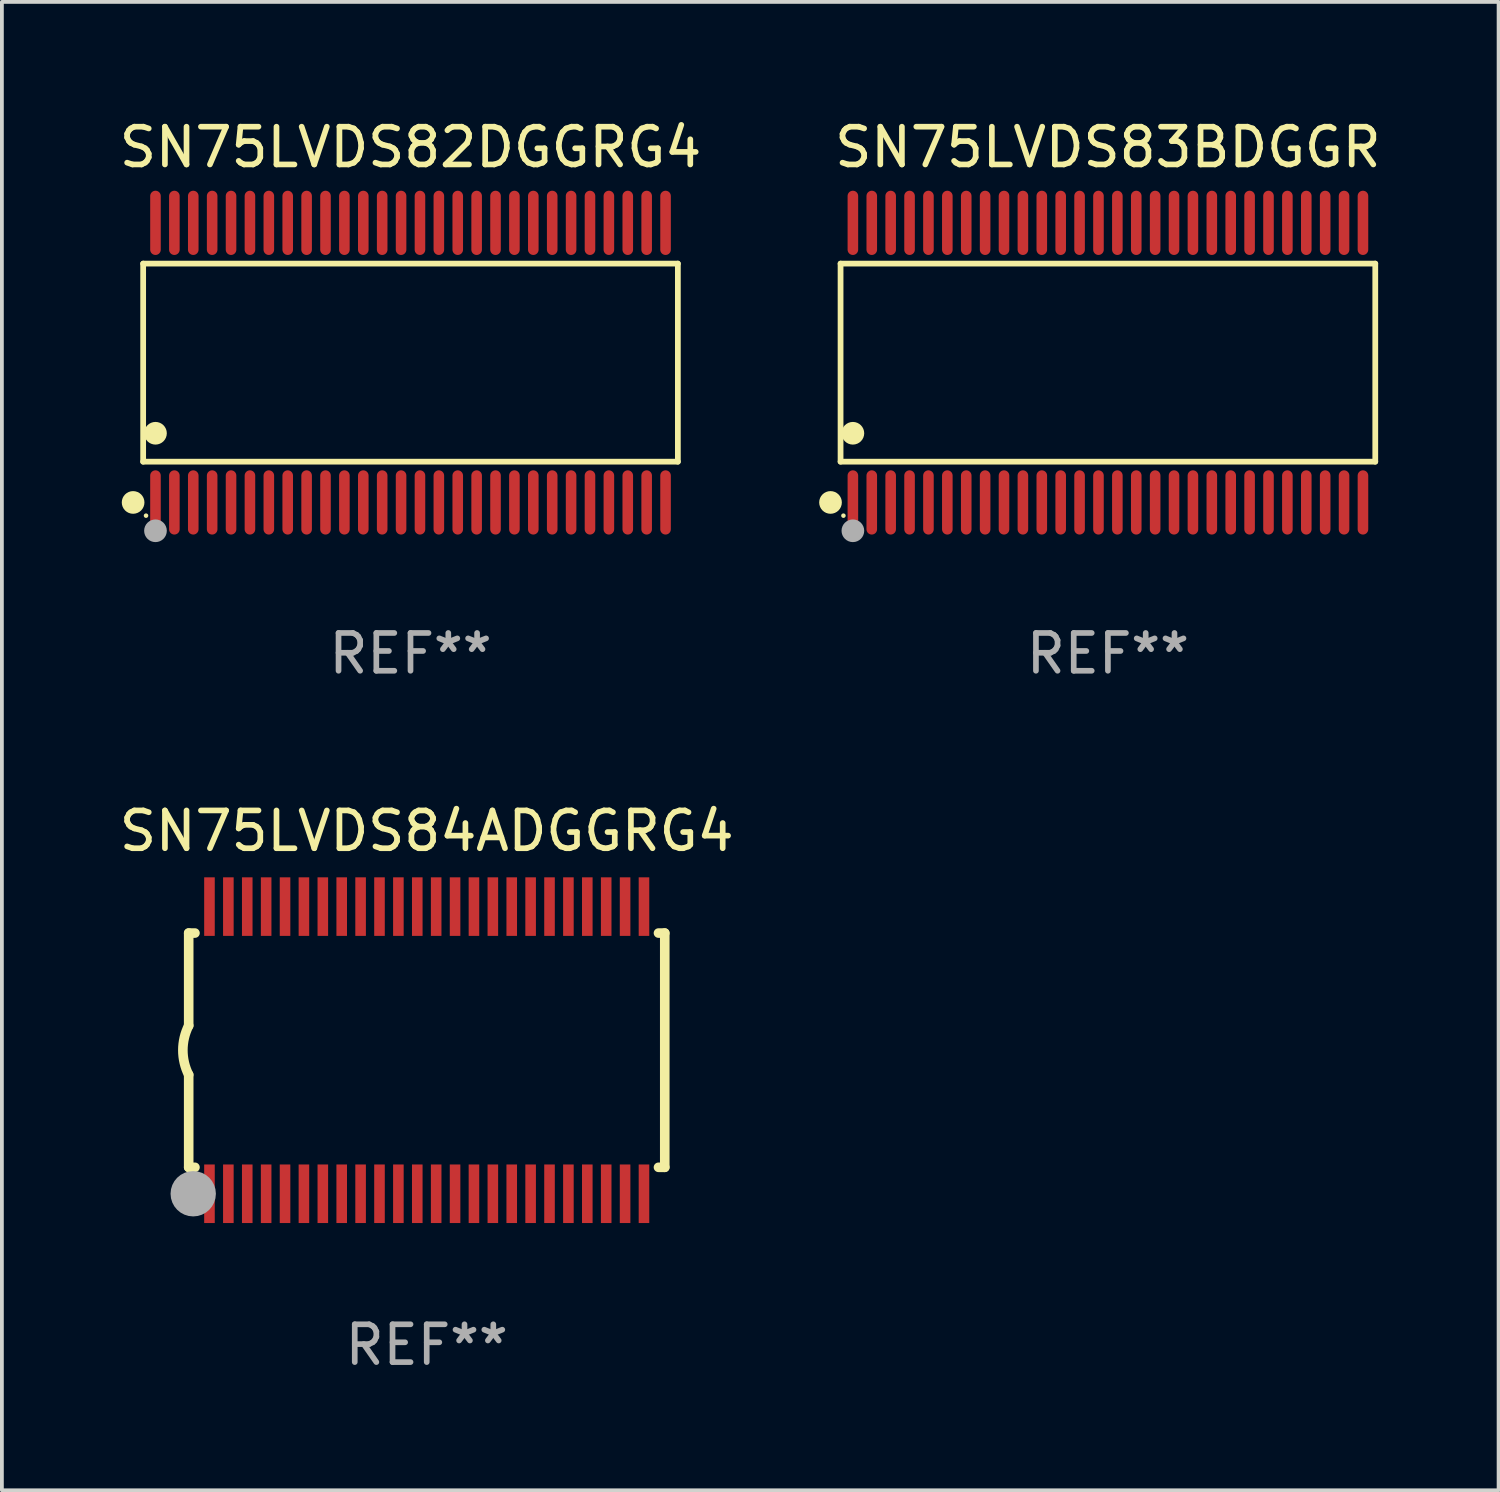
<source format=kicad_pcb>
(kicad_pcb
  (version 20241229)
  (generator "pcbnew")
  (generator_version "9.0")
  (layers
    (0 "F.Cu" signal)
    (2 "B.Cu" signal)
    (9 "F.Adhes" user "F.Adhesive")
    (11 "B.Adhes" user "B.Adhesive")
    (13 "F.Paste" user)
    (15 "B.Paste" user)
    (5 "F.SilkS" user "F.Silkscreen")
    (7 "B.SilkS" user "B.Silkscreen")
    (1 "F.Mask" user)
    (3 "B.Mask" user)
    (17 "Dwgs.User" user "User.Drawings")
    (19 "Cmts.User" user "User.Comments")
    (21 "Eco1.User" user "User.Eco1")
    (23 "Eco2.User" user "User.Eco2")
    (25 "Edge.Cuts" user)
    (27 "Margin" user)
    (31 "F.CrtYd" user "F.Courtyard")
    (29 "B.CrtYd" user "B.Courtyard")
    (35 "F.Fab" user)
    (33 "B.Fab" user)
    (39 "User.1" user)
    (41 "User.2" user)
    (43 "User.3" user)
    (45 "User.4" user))
  (footprint "SN75LVDS82DGGRG4"
    (layer "F.Cu")
    (at 7.815 6.548)
    (property "Reference" "SN75LVDS82DGGRG4" (at 0 -5.7 0) (layer "F.SilkS") (effects (font (size 1 1) (thickness 0.15))))
    (attr through_hole)
    (fp_line (start -7.076 -2.621) (end 7.076 -2.621) (stroke (width 0.152) (type solid)) (layer "F.SilkS"))
    (fp_line (start -7.076 2.621) (end -7.076 -2.621) (stroke (width 0.152) (type solid)) (layer "F.SilkS"))
    (fp_line (start 7.076 -2.621) (end 7.076 2.621) (stroke (width 0.152) (type solid)) (layer "F.SilkS"))
    (fp_line (start 7.076 2.621) (end -7.076 2.621) (stroke (width 0.152) (type solid)) (layer "F.SilkS"))
    (fp_circle (center -7.342 3.7) (end -7.192 3.7) (stroke (width 0.3) (type solid)) (fill no) (layer "F.SilkS"))
    (fp_circle (center -7 4.05) (end -6.97 4.05) (stroke (width 0.06) (type solid)) (fill no) (layer "F.SilkS"))
    (fp_circle (center -6.75 1.869) (end -6.6 1.869) (stroke (width 0.3) (type solid)) (fill no) (layer "F.SilkS"))
    (fp_circle (center -6.75 4.45) (end -6.6 4.45) (stroke (width 0.3) (type solid)) (fill no) (layer "F.Fab"))
    (fp_text user "REF**" (at 0 7.7 0) (layer "F.Fab") (effects (font (size 1 1) (thickness 0.15))))
    (pad "1" smd oval (at -6.75 3.7) (size 0.28 1.7) (layers "F.Cu" "F.Mask" "F.Paste"))
    (pad "2" smd oval (at -6.25 3.7) (size 0.28 1.7) (layers "F.Cu" "F.Mask" "F.Paste"))
    (pad "3" smd oval (at -5.75 3.7) (size 0.28 1.7) (layers "F.Cu" "F.Mask" "F.Paste"))
    (pad "4" smd oval (at -5.25 3.7) (size 0.28 1.7) (layers "F.Cu" "F.Mask" "F.Paste"))
    (pad "5" smd oval (at -4.75 3.7) (size 0.28 1.7) (layers "F.Cu" "F.Mask" "F.Paste"))
    (pad "6" smd oval (at -4.25 3.7) (size 0.28 1.7) (layers "F.Cu" "F.Mask" "F.Paste"))
    (pad "7" smd oval (at -3.75 3.7) (size 0.28 1.7) (layers "F.Cu" "F.Mask" "F.Paste"))
    (pad "8" smd oval (at -3.25 3.7) (size 0.28 1.7) (layers "F.Cu" "F.Mask" "F.Paste"))
    (pad "9" smd oval (at -2.75 3.7) (size 0.28 1.7) (layers "F.Cu" "F.Mask" "F.Paste"))
    (pad "10" smd oval (at -2.25 3.7) (size 0.28 1.7) (layers "F.Cu" "F.Mask" "F.Paste"))
    (pad "11" smd oval (at -1.75 3.7) (size 0.28 1.7) (layers "F.Cu" "F.Mask" "F.Paste"))
    (pad "12" smd oval (at -1.25 3.7) (size 0.28 1.7) (layers "F.Cu" "F.Mask" "F.Paste"))
    (pad "13" smd oval (at -0.75 3.7) (size 0.28 1.7) (layers "F.Cu" "F.Mask" "F.Paste"))
    (pad "14" smd oval (at -0.25 3.7) (size 0.28 1.7) (layers "F.Cu" "F.Mask" "F.Paste"))
    (pad "15" smd oval (at 0.25 3.7) (size 0.28 1.7) (layers "F.Cu" "F.Mask" "F.Paste"))
    (pad "16" smd oval (at 0.75 3.7) (size 0.28 1.7) (layers "F.Cu" "F.Mask" "F.Paste"))
    (pad "17" smd oval (at 1.25 3.7) (size 0.28 1.7) (layers "F.Cu" "F.Mask" "F.Paste"))
    (pad "18" smd oval (at 1.75 3.7) (size 0.28 1.7) (layers "F.Cu" "F.Mask" "F.Paste"))
    (pad "19" smd oval (at 2.25 3.7) (size 0.28 1.7) (layers "F.Cu" "F.Mask" "F.Paste"))
    (pad "20" smd oval (at 2.75 3.7) (size 0.28 1.7) (layers "F.Cu" "F.Mask" "F.Paste"))
    (pad "21" smd oval (at 3.25 3.7) (size 0.28 1.7) (layers "F.Cu" "F.Mask" "F.Paste"))
    (pad "22" smd oval (at 3.75 3.7) (size 0.28 1.7) (layers "F.Cu" "F.Mask" "F.Paste"))
    (pad "23" smd oval (at 4.25 3.7) (size 0.28 1.7) (layers "F.Cu" "F.Mask" "F.Paste"))
    (pad "24" smd oval (at 4.75 3.7) (size 0.28 1.7) (layers "F.Cu" "F.Mask" "F.Paste"))
    (pad "25" smd oval (at 5.25 3.7) (size 0.28 1.7) (layers "F.Cu" "F.Mask" "F.Paste"))
    (pad "26" smd oval (at 5.75 3.7) (size 0.28 1.7) (layers "F.Cu" "F.Mask" "F.Paste"))
    (pad "27" smd oval (at 6.25 3.7) (size 0.28 1.7) (layers "F.Cu" "F.Mask" "F.Paste"))
    (pad "28" smd oval (at 6.75 3.7) (size 0.28 1.7) (layers "F.Cu" "F.Mask" "F.Paste"))
    (pad "29" smd oval (at 6.75 -3.7) (size 0.28 1.7) (layers "F.Cu" "F.Mask" "F.Paste"))
    (pad "30" smd oval (at 6.25 -3.7) (size 0.28 1.7) (layers "F.Cu" "F.Mask" "F.Paste"))
    (pad "31" smd oval (at 5.75 -3.7) (size 0.28 1.7) (layers "F.Cu" "F.Mask" "F.Paste"))
    (pad "32" smd oval (at 5.25 -3.7) (size 0.28 1.7) (layers "F.Cu" "F.Mask" "F.Paste"))
    (pad "33" smd oval (at 4.75 -3.7) (size 0.28 1.7) (layers "F.Cu" "F.Mask" "F.Paste"))
    (pad "34" smd oval (at 4.25 -3.7) (size 0.28 1.7) (layers "F.Cu" "F.Mask" "F.Paste"))
    (pad "35" smd oval (at 3.75 -3.7) (size 0.28 1.7) (layers "F.Cu" "F.Mask" "F.Paste"))
    (pad "36" smd oval (at 3.25 -3.7) (size 0.28 1.7) (layers "F.Cu" "F.Mask" "F.Paste"))
    (pad "37" smd oval (at 2.75 -3.7) (size 0.28 1.7) (layers "F.Cu" "F.Mask" "F.Paste"))
    (pad "38" smd oval (at 2.25 -3.7) (size 0.28 1.7) (layers "F.Cu" "F.Mask" "F.Paste"))
    (pad "39" smd oval (at 1.75 -3.7) (size 0.28 1.7) (layers "F.Cu" "F.Mask" "F.Paste"))
    (pad "40" smd oval (at 1.25 -3.7) (size 0.28 1.7) (layers "F.Cu" "F.Mask" "F.Paste"))
    (pad "41" smd oval (at 0.75 -3.7) (size 0.28 1.7) (layers "F.Cu" "F.Mask" "F.Paste"))
    (pad "42" smd oval (at 0.25 -3.7) (size 0.28 1.7) (layers "F.Cu" "F.Mask" "F.Paste"))
    (pad "43" smd oval (at -0.25 -3.7) (size 0.28 1.7) (layers "F.Cu" "F.Mask" "F.Paste"))
    (pad "44" smd oval (at -0.75 -3.7) (size 0.28 1.7) (layers "F.Cu" "F.Mask" "F.Paste"))
    (pad "45" smd oval (at -1.25 -3.7) (size 0.28 1.7) (layers "F.Cu" "F.Mask" "F.Paste"))
    (pad "46" smd oval (at -1.75 -3.7) (size 0.28 1.7) (layers "F.Cu" "F.Mask" "F.Paste"))
    (pad "47" smd oval (at -2.25 -3.7) (size 0.28 1.7) (layers "F.Cu" "F.Mask" "F.Paste"))
    (pad "48" smd oval (at -2.75 -3.7) (size 0.28 1.7) (layers "F.Cu" "F.Mask" "F.Paste"))
    (pad "49" smd oval (at -3.25 -3.7) (size 0.28 1.7) (layers "F.Cu" "F.Mask" "F.Paste"))
    (pad "50" smd oval (at -3.75 -3.7) (size 0.28 1.7) (layers "F.Cu" "F.Mask" "F.Paste"))
    (pad "51" smd oval (at -4.25 -3.7) (size 0.28 1.7) (layers "F.Cu" "F.Mask" "F.Paste"))
    (pad "52" smd oval (at -4.75 -3.7) (size 0.28 1.7) (layers "F.Cu" "F.Mask" "F.Paste"))
    (pad "53" smd oval (at -5.25 -3.7) (size 0.28 1.7) (layers "F.Cu" "F.Mask" "F.Paste"))
    (pad "54" smd oval (at -5.75 -3.7) (size 0.28 1.7) (layers "F.Cu" "F.Mask" "F.Paste"))
    (pad "55" smd oval (at -6.25 -3.7) (size 0.28 1.7) (layers "F.Cu" "F.Mask" "F.Paste"))
    (pad "56" smd oval (at -6.75 -3.7) (size 0.28 1.7) (layers "F.Cu" "F.Mask" "F.Paste")))
  (footprint "SN75LVDS84ADGGRG4"
    (layer "F.Cu")
    (at 8.244 24.745)
    (property "Reference" "SN75LVDS84ADGGRG4" (at 0 -5.8 0) (layer "F.SilkS") (effects (font (size 1 1) (thickness 0.15))))
    (attr through_hole)
    (fp_line (start -6.3 -3.1) (end -6.3 -0.65) (stroke (width 0.254) (type solid)) (layer "F.SilkS"))
    (fp_line (start -6.3 -3.1) (end -6.134 -3.1) (stroke (width 0.254) (type solid)) (layer "F.SilkS"))
    (fp_line (start -6.3 3.1) (end -6.3 0.65) (stroke (width 0.254) (type solid)) (layer "F.SilkS"))
    (fp_line (start -6.3 3.1) (end -6.134 3.1) (stroke (width 0.254) (type solid)) (layer "F.SilkS"))
    (fp_line (start 6.134 -3.1) (end 6.3 -3.1) (stroke (width 0.254) (type solid)) (layer "F.SilkS"))
    (fp_line (start 6.134 3.1) (end 6.3 3.1) (stroke (width 0.254) (type solid)) (layer "F.SilkS"))
    (fp_line (start 6.3 -3.1) (end 6.3 3.1) (stroke (width 0.254) (type solid)) (layer "F.SilkS"))
    (fp_arc (start -6.301016 0.650114) (mid -6.45413 -0.000082) (end -6.3 -0.650038) (stroke (width 0.254001) (type solid)) (layer "F.SilkS"))
    (fp_circle (center -6.35 3.81) (end -6.223 3.81) (stroke (width 0.254) (type solid)) (fill no) (layer "F.SilkS"))
    (fp_circle (center -6.25 4.05) (end -6.22 4.05) (stroke (width 0.06) (type solid)) (fill no) (layer "F.SilkS"))
    (fp_circle (center -6.18 3.8) (end -5.88 3.8) (stroke (width 0.6) (type solid)) (fill no) (layer "F.Fab"))
    (fp_text user "REF**" (at 0 7.8 0) (layer "F.Fab") (effects (font (size 1 1) (thickness 0.15))))
    (pad "1" smd rect (at -5.75 3.8) (size 0.28 1.55) (layers "F.Cu" "F.Mask" "F.Paste"))
    (pad "2" smd rect (at -5.25 3.8) (size 0.28 1.55) (layers "F.Cu" "F.Mask" "F.Paste"))
    (pad "3" smd rect (at -4.75 3.8) (size 0.28 1.55) (layers "F.Cu" "F.Mask" "F.Paste"))
    (pad "4" smd rect (at -4.25 3.8) (size 0.28 1.55) (layers "F.Cu" "F.Mask" "F.Paste"))
    (pad "5" smd rect (at -3.75 3.8) (size 0.28 1.55) (layers "F.Cu" "F.Mask" "F.Paste"))
    (pad "6" smd rect (at -3.25 3.8) (size 0.28 1.55) (layers "F.Cu" "F.Mask" "F.Paste"))
    (pad "7" smd rect (at -2.75 3.8) (size 0.28 1.55) (layers "F.Cu" "F.Mask" "F.Paste"))
    (pad "8" smd rect (at -2.25 3.8) (size 0.28 1.55) (layers "F.Cu" "F.Mask" "F.Paste"))
    (pad "9" smd rect (at -1.75 3.8) (size 0.28 1.55) (layers "F.Cu" "F.Mask" "F.Paste"))
    (pad "10" smd rect (at -1.25 3.8) (size 0.28 1.55) (layers "F.Cu" "F.Mask" "F.Paste"))
    (pad "11" smd rect (at -0.75 3.8) (size 0.28 1.55) (layers "F.Cu" "F.Mask" "F.Paste"))
    (pad "12" smd rect (at -0.25 3.8) (size 0.28 1.55) (layers "F.Cu" "F.Mask" "F.Paste"))
    (pad "13" smd rect (at 0.25 3.8) (size 0.28 1.55) (layers "F.Cu" "F.Mask" "F.Paste"))
    (pad "14" smd rect (at 0.75 3.8) (size 0.28 1.55) (layers "F.Cu" "F.Mask" "F.Paste"))
    (pad "15" smd rect (at 1.25 3.8) (size 0.28 1.55) (layers "F.Cu" "F.Mask" "F.Paste"))
    (pad "16" smd rect (at 1.75 3.8) (size 0.28 1.55) (layers "F.Cu" "F.Mask" "F.Paste"))
    (pad "17" smd rect (at 2.25 3.8) (size 0.28 1.55) (layers "F.Cu" "F.Mask" "F.Paste"))
    (pad "18" smd rect (at 2.75 3.8) (size 0.28 1.55) (layers "F.Cu" "F.Mask" "F.Paste"))
    (pad "19" smd rect (at 3.25 3.8) (size 0.28 1.55) (layers "F.Cu" "F.Mask" "F.Paste"))
    (pad "20" smd rect (at 3.75 3.8) (size 0.28 1.55) (layers "F.Cu" "F.Mask" "F.Paste"))
    (pad "21" smd rect (at 4.25 3.8) (size 0.28 1.55) (layers "F.Cu" "F.Mask" "F.Paste"))
    (pad "22" smd rect (at 4.75 3.8) (size 0.28 1.55) (layers "F.Cu" "F.Mask" "F.Paste"))
    (pad "23" smd rect (at 5.25 3.8) (size 0.28 1.55) (layers "F.Cu" "F.Mask" "F.Paste"))
    (pad "24" smd rect (at 5.75 3.8) (size 0.28 1.55) (layers "F.Cu" "F.Mask" "F.Paste"))
    (pad "25" smd rect (at 5.75 -3.8) (size 0.28 1.55) (layers "F.Cu" "F.Mask" "F.Paste"))
    (pad "26" smd rect (at 5.25 -3.8) (size 0.28 1.55) (layers "F.Cu" "F.Mask" "F.Paste"))
    (pad "27" smd rect (at 4.75 -3.8) (size 0.28 1.55) (layers "F.Cu" "F.Mask" "F.Paste"))
    (pad "28" smd rect (at 4.25 -3.8) (size 0.28 1.55) (layers "F.Cu" "F.Mask" "F.Paste"))
    (pad "29" smd rect (at 3.75 -3.8) (size 0.28 1.55) (layers "F.Cu" "F.Mask" "F.Paste"))
    (pad "30" smd rect (at 3.25 -3.8) (size 0.28 1.55) (layers "F.Cu" "F.Mask" "F.Paste"))
    (pad "31" smd rect (at 2.75 -3.8) (size 0.28 1.55) (layers "F.Cu" "F.Mask" "F.Paste"))
    (pad "32" smd rect (at 2.25 -3.8) (size 0.28 1.55) (layers "F.Cu" "F.Mask" "F.Paste"))
    (pad "33" smd rect (at 1.75 -3.8) (size 0.28 1.55) (layers "F.Cu" "F.Mask" "F.Paste"))
    (pad "34" smd rect (at 1.25 -3.8) (size 0.28 1.55) (layers "F.Cu" "F.Mask" "F.Paste"))
    (pad "35" smd rect (at 0.75 -3.8) (size 0.28 1.55) (layers "F.Cu" "F.Mask" "F.Paste"))
    (pad "36" smd rect (at 0.25 -3.8) (size 0.28 1.55) (layers "F.Cu" "F.Mask" "F.Paste"))
    (pad "37" smd rect (at -0.25 -3.8) (size 0.28 1.55) (layers "F.Cu" "F.Mask" "F.Paste"))
    (pad "38" smd rect (at -0.75 -3.8) (size 0.28 1.55) (layers "F.Cu" "F.Mask" "F.Paste"))
    (pad "39" smd rect (at -1.25 -3.8) (size 0.28 1.55) (layers "F.Cu" "F.Mask" "F.Paste"))
    (pad "40" smd rect (at -1.75 -3.8) (size 0.28 1.55) (layers "F.Cu" "F.Mask" "F.Paste"))
    (pad "41" smd rect (at -2.25 -3.8) (size 0.28 1.55) (layers "F.Cu" "F.Mask" "F.Paste"))
    (pad "42" smd rect (at -2.75 -3.8) (size 0.28 1.55) (layers "F.Cu" "F.Mask" "F.Paste"))
    (pad "43" smd rect (at -3.25 -3.8) (size 0.28 1.55) (layers "F.Cu" "F.Mask" "F.Paste"))
    (pad "44" smd rect (at -3.75 -3.8) (size 0.28 1.55) (layers "F.Cu" "F.Mask" "F.Paste"))
    (pad "45" smd rect (at -4.25 -3.8) (size 0.28 1.55) (layers "F.Cu" "F.Mask" "F.Paste"))
    (pad "46" smd rect (at -4.75 -3.8) (size 0.28 1.55) (layers "F.Cu" "F.Mask" "F.Paste"))
    (pad "47" smd rect (at -5.25 -3.8) (size 0.28 1.55) (layers "F.Cu" "F.Mask" "F.Paste"))
    (pad "48" smd rect (at -5.75 -3.8) (size 0.28 1.55) (layers "F.Cu" "F.Mask" "F.Paste")))
  (footprint "SN75LVDS83BDGGR"
    (layer "F.Cu")
    (at 26.273 6.548)
    (property "Reference" "SN75LVDS83BDGGR" (at 0 -5.7 0) (layer "F.SilkS") (effects (font (size 1 1) (thickness 0.15))))
    (attr through_hole)
    (fp_line (start -7.076 -2.621) (end 7.076 -2.621) (stroke (width 0.152) (type solid)) (layer "F.SilkS"))
    (fp_line (start -7.076 2.621) (end -7.076 -2.621) (stroke (width 0.152) (type solid)) (layer "F.SilkS"))
    (fp_line (start 7.076 -2.621) (end 7.076 2.621) (stroke (width 0.152) (type solid)) (layer "F.SilkS"))
    (fp_line (start 7.076 2.621) (end -7.076 2.621) (stroke (width 0.152) (type solid)) (layer "F.SilkS"))
    (fp_circle (center -7.342 3.7) (end -7.192 3.7) (stroke (width 0.3) (type solid)) (fill no) (layer "F.SilkS"))
    (fp_circle (center -7 4.05) (end -6.97 4.05) (stroke (width 0.06) (type solid)) (fill no) (layer "F.SilkS"))
    (fp_circle (center -6.75 1.869) (end -6.6 1.869) (stroke (width 0.3) (type solid)) (fill no) (layer "F.SilkS"))
    (fp_circle (center -6.75 4.45) (end -6.6 4.45) (stroke (width 0.3) (type solid)) (fill no) (layer "F.Fab"))
    (fp_text user "REF**" (at 0 7.7 0) (layer "F.Fab") (effects (font (size 1 1) (thickness 0.15))))
    (pad "1" smd oval (at -6.75 3.7) (size 0.28 1.7) (layers "F.Cu" "F.Mask" "F.Paste"))
    (pad "2" smd oval (at -6.25 3.7) (size 0.28 1.7) (layers "F.Cu" "F.Mask" "F.Paste"))
    (pad "3" smd oval (at -5.75 3.7) (size 0.28 1.7) (layers "F.Cu" "F.Mask" "F.Paste"))
    (pad "4" smd oval (at -5.25 3.7) (size 0.28 1.7) (layers "F.Cu" "F.Mask" "F.Paste"))
    (pad "5" smd oval (at -4.75 3.7) (size 0.28 1.7) (layers "F.Cu" "F.Mask" "F.Paste"))
    (pad "6" smd oval (at -4.25 3.7) (size 0.28 1.7) (layers "F.Cu" "F.Mask" "F.Paste"))
    (pad "7" smd oval (at -3.75 3.7) (size 0.28 1.7) (layers "F.Cu" "F.Mask" "F.Paste"))
    (pad "8" smd oval (at -3.25 3.7) (size 0.28 1.7) (layers "F.Cu" "F.Mask" "F.Paste"))
    (pad "9" smd oval (at -2.75 3.7) (size 0.28 1.7) (layers "F.Cu" "F.Mask" "F.Paste"))
    (pad "10" smd oval (at -2.25 3.7) (size 0.28 1.7) (layers "F.Cu" "F.Mask" "F.Paste"))
    (pad "11" smd oval (at -1.75 3.7) (size 0.28 1.7) (layers "F.Cu" "F.Mask" "F.Paste"))
    (pad "12" smd oval (at -1.25 3.7) (size 0.28 1.7) (layers "F.Cu" "F.Mask" "F.Paste"))
    (pad "13" smd oval (at -0.75 3.7) (size 0.28 1.7) (layers "F.Cu" "F.Mask" "F.Paste"))
    (pad "14" smd oval (at -0.25 3.7) (size 0.28 1.7) (layers "F.Cu" "F.Mask" "F.Paste"))
    (pad "15" smd oval (at 0.25 3.7) (size 0.28 1.7) (layers "F.Cu" "F.Mask" "F.Paste"))
    (pad "16" smd oval (at 0.75 3.7) (size 0.28 1.7) (layers "F.Cu" "F.Mask" "F.Paste"))
    (pad "17" smd oval (at 1.25 3.7) (size 0.28 1.7) (layers "F.Cu" "F.Mask" "F.Paste"))
    (pad "18" smd oval (at 1.75 3.7) (size 0.28 1.7) (layers "F.Cu" "F.Mask" "F.Paste"))
    (pad "19" smd oval (at 2.25 3.7) (size 0.28 1.7) (layers "F.Cu" "F.Mask" "F.Paste"))
    (pad "20" smd oval (at 2.75 3.7) (size 0.28 1.7) (layers "F.Cu" "F.Mask" "F.Paste"))
    (pad "21" smd oval (at 3.25 3.7) (size 0.28 1.7) (layers "F.Cu" "F.Mask" "F.Paste"))
    (pad "22" smd oval (at 3.75 3.7) (size 0.28 1.7) (layers "F.Cu" "F.Mask" "F.Paste"))
    (pad "23" smd oval (at 4.25 3.7) (size 0.28 1.7) (layers "F.Cu" "F.Mask" "F.Paste"))
    (pad "24" smd oval (at 4.75 3.7) (size 0.28 1.7) (layers "F.Cu" "F.Mask" "F.Paste"))
    (pad "25" smd oval (at 5.25 3.7) (size 0.28 1.7) (layers "F.Cu" "F.Mask" "F.Paste"))
    (pad "26" smd oval (at 5.75 3.7) (size 0.28 1.7) (layers "F.Cu" "F.Mask" "F.Paste"))
    (pad "27" smd oval (at 6.25 3.7) (size 0.28 1.7) (layers "F.Cu" "F.Mask" "F.Paste"))
    (pad "28" smd oval (at 6.75 3.7) (size 0.28 1.7) (layers "F.Cu" "F.Mask" "F.Paste"))
    (pad "29" smd oval (at 6.75 -3.7) (size 0.28 1.7) (layers "F.Cu" "F.Mask" "F.Paste"))
    (pad "30" smd oval (at 6.25 -3.7) (size 0.28 1.7) (layers "F.Cu" "F.Mask" "F.Paste"))
    (pad "31" smd oval (at 5.75 -3.7) (size 0.28 1.7) (layers "F.Cu" "F.Mask" "F.Paste"))
    (pad "32" smd oval (at 5.25 -3.7) (size 0.28 1.7) (layers "F.Cu" "F.Mask" "F.Paste"))
    (pad "33" smd oval (at 4.75 -3.7) (size 0.28 1.7) (layers "F.Cu" "F.Mask" "F.Paste"))
    (pad "34" smd oval (at 4.25 -3.7) (size 0.28 1.7) (layers "F.Cu" "F.Mask" "F.Paste"))
    (pad "35" smd oval (at 3.75 -3.7) (size 0.28 1.7) (layers "F.Cu" "F.Mask" "F.Paste"))
    (pad "36" smd oval (at 3.25 -3.7) (size 0.28 1.7) (layers "F.Cu" "F.Mask" "F.Paste"))
    (pad "37" smd oval (at 2.75 -3.7) (size 0.28 1.7) (layers "F.Cu" "F.Mask" "F.Paste"))
    (pad "38" smd oval (at 2.25 -3.7) (size 0.28 1.7) (layers "F.Cu" "F.Mask" "F.Paste"))
    (pad "39" smd oval (at 1.75 -3.7) (size 0.28 1.7) (layers "F.Cu" "F.Mask" "F.Paste"))
    (pad "40" smd oval (at 1.25 -3.7) (size 0.28 1.7) (layers "F.Cu" "F.Mask" "F.Paste"))
    (pad "41" smd oval (at 0.75 -3.7) (size 0.28 1.7) (layers "F.Cu" "F.Mask" "F.Paste"))
    (pad "42" smd oval (at 0.25 -3.7) (size 0.28 1.7) (layers "F.Cu" "F.Mask" "F.Paste"))
    (pad "43" smd oval (at -0.25 -3.7) (size 0.28 1.7) (layers "F.Cu" "F.Mask" "F.Paste"))
    (pad "44" smd oval (at -0.75 -3.7) (size 0.28 1.7) (layers "F.Cu" "F.Mask" "F.Paste"))
    (pad "45" smd oval (at -1.25 -3.7) (size 0.28 1.7) (layers "F.Cu" "F.Mask" "F.Paste"))
    (pad "46" smd oval (at -1.75 -3.7) (size 0.28 1.7) (layers "F.Cu" "F.Mask" "F.Paste"))
    (pad "47" smd oval (at -2.25 -3.7) (size 0.28 1.7) (layers "F.Cu" "F.Mask" "F.Paste"))
    (pad "48" smd oval (at -2.75 -3.7) (size 0.28 1.7) (layers "F.Cu" "F.Mask" "F.Paste"))
    (pad "49" smd oval (at -3.25 -3.7) (size 0.28 1.7) (layers "F.Cu" "F.Mask" "F.Paste"))
    (pad "50" smd oval (at -3.75 -3.7) (size 0.28 1.7) (layers "F.Cu" "F.Mask" "F.Paste"))
    (pad "51" smd oval (at -4.25 -3.7) (size 0.28 1.7) (layers "F.Cu" "F.Mask" "F.Paste"))
    (pad "52" smd oval (at -4.75 -3.7) (size 0.28 1.7) (layers "F.Cu" "F.Mask" "F.Paste"))
    (pad "53" smd oval (at -5.25 -3.7) (size 0.28 1.7) (layers "F.Cu" "F.Mask" "F.Paste"))
    (pad "54" smd oval (at -5.75 -3.7) (size 0.28 1.7) (layers "F.Cu" "F.Mask" "F.Paste"))
    (pad "55" smd oval (at -6.25 -3.7) (size 0.28 1.7) (layers "F.Cu" "F.Mask" "F.Paste"))
    (pad "56" smd oval (at -6.75 -3.7) (size 0.28 1.7) (layers "F.Cu" "F.Mask" "F.Paste")))
  (gr_rect
    (start -3 -3)
    (end 36.613 36.393)
    (stroke (width 0.1) (type default))
    (fill no)
    (layer "Edge.Cuts")))
</source>
